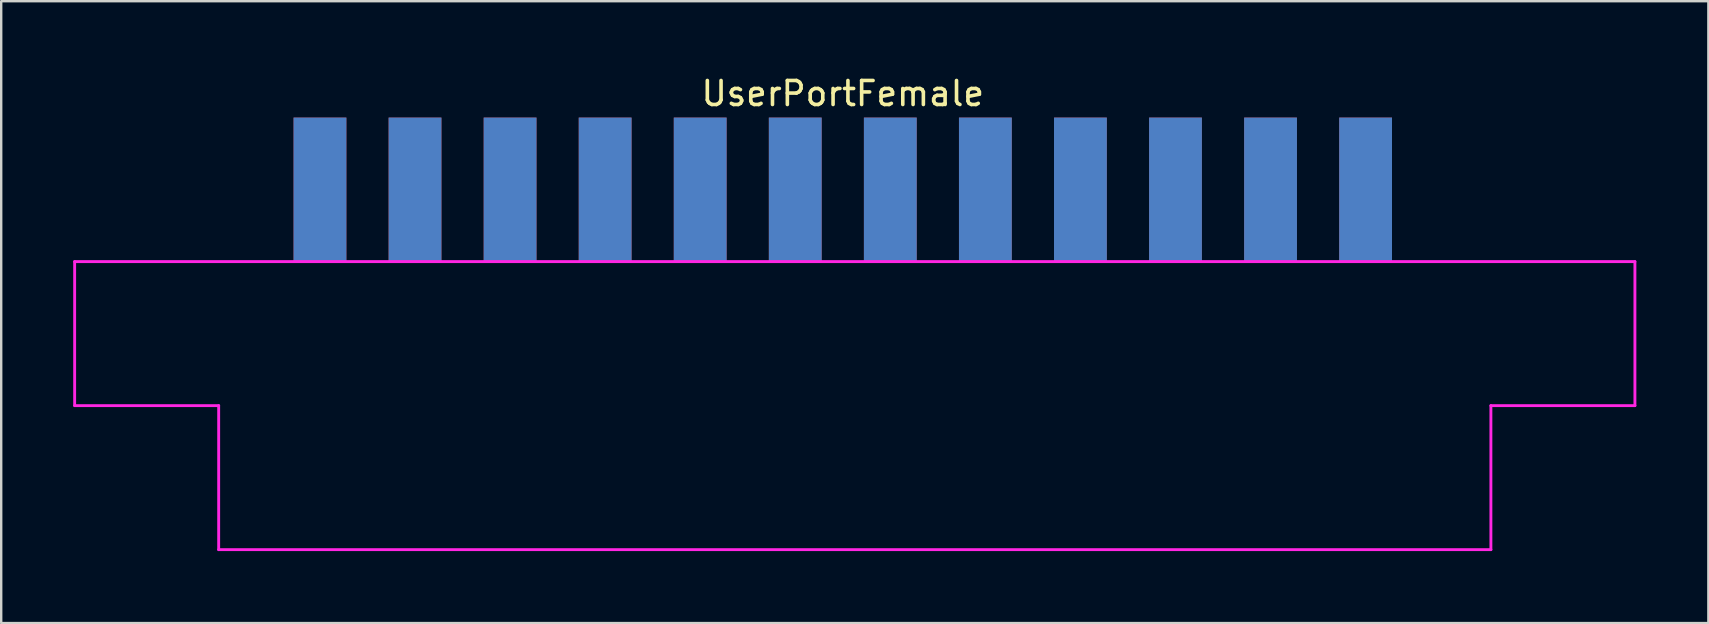
<source format=kicad_pcb>
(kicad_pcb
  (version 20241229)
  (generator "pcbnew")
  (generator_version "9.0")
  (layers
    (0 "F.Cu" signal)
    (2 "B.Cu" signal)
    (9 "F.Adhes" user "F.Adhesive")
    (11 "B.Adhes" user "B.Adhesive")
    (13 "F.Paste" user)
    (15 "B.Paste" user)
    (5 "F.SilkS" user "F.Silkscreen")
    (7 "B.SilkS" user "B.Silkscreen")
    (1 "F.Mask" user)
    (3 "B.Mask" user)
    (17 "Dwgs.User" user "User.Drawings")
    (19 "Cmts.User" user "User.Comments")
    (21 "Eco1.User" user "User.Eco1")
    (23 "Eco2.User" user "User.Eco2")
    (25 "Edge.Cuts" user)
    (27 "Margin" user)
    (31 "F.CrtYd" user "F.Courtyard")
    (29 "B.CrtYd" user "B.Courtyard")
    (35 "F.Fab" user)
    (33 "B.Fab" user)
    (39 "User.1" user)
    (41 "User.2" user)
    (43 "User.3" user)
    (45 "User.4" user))
  (footprint "UserPortFemale"
    (layer "F.Cu")
    (at 32.06 7.848)
    (property "Reference" "UserPortFemale" (at 0 -7 0) (layer "F.SilkS") (effects (font (size 1 1) (thickness 0.15))))
    (attr through_hole)
    (fp_line (start -32 0) (end -32 6) (stroke (width 0.12) (type solid)) (layer "F.CrtYd"))
    (fp_line (start -32 0) (end 33 0) (stroke (width 0.12) (type solid)) (layer "F.CrtYd"))
    (fp_line (start -32 6) (end -26 6) (stroke (width 0.12) (type solid)) (layer "F.CrtYd"))
    (fp_line (start -26 6) (end -26 12) (stroke (width 0.12) (type solid)) (layer "F.CrtYd"))
    (fp_line (start 27 6) (end 27 12) (stroke (width 0.12) (type solid)) (layer "F.CrtYd"))
    (fp_line (start 27 12) (end -26 12) (stroke (width 0.12) (type solid)) (layer "F.CrtYd"))
    (fp_line (start 33 0) (end 33 6) (stroke (width 0.12) (type solid)) (layer "F.CrtYd"))
    (fp_line (start 33 6) (end 27 6) (stroke (width 0.12) (type solid)) (layer "F.CrtYd"))
    (pad "1" smd rect (at 21.78 -3) (size 2.2 6) (layers "F.Cu" "F.Mask" "F.Paste"))
    (pad "2" smd rect (at 17.82 -3) (size 2.2 6) (layers "F.Cu" "F.Mask" "F.Paste"))
    (pad "3" smd rect (at 13.86 -3) (size 2.2 6) (layers "F.Cu" "F.Mask" "F.Paste"))
    (pad "4" smd rect (at 9.9 -3) (size 2.2 6) (layers "F.Cu" "F.Mask" "F.Paste"))
    (pad "5" smd rect (at 5.94 -3) (size 2.2 6) (layers "F.Cu" "F.Mask" "F.Paste"))
    (pad "6" smd rect (at 1.98 -3) (size 2.2 6) (layers "F.Cu" "F.Mask" "F.Paste"))
    (pad "7" smd rect (at -1.98 -3) (size 2.2 6) (layers "F.Cu" "F.Mask" "F.Paste"))
    (pad "8" smd rect (at -5.94 -3) (size 2.2 6) (layers "F.Cu" "F.Mask" "F.Paste"))
    (pad "9" smd rect (at -9.9 -3) (size 2.2 6) (layers "F.Cu" "F.Mask" "F.Paste"))
    (pad "10" smd rect (at -13.86 -3) (size 2.2 6) (layers "F.Cu" "F.Mask" "F.Paste"))
    (pad "11" smd rect (at -17.82 -3) (size 2.2 6) (layers "F.Cu" "F.Mask" "F.Paste"))
    (pad "12" smd rect (at -21.78 -3) (size 2.2 6) (layers "F.Cu" "F.Mask" "F.Paste"))
    (pad "A" smd rect (at 21.78 -3) (size 2.2 6) (layers "B.Cu" "B.Mask" "B.Paste"))
    (pad "B" smd rect (at 17.82 -3) (size 2.2 6) (layers "B.Cu" "B.Mask" "B.Paste"))
    (pad "C" smd rect (at 13.86 -3) (size 2.2 6) (layers "B.Cu" "B.Mask" "B.Paste"))
    (pad "D" smd rect (at 9.9 -3) (size 2.2 6) (layers "B.Cu" "B.Mask" "B.Paste"))
    (pad "E" smd rect (at 5.94 -3) (size 2.2 6) (layers "B.Cu" "B.Mask" "B.Paste"))
    (pad "F" smd rect (at 1.98 -3) (size 2.2 6) (layers "B.Cu" "B.Mask" "B.Paste"))
    (pad "H" smd rect (at -1.98 -3) (size 2.2 6) (layers "B.Cu" "B.Mask" "B.Paste"))
    (pad "J" smd rect (at -5.94 -3) (size 2.2 6) (layers "B.Cu" "B.Mask" "B.Paste"))
    (pad "K" smd rect (at -9.9 -3) (size 2.2 6) (layers "B.Cu" "B.Mask" "B.Paste"))
    (pad "L" smd rect (at -13.86 -3) (size 2.2 6) (layers "B.Cu" "B.Mask" "B.Paste"))
    (pad "M" smd rect (at -17.82 -3) (size 2.2 6) (layers "B.Cu" "B.Mask" "B.Paste"))
    (pad "N" smd rect (at -21.78 -3) (size 2.2 6) (layers "B.Cu" "B.Mask" "B.Paste")))
  (gr_rect
    (start -3 -3)
    (end 68.12 22.908)
    (stroke (width 0.1) (type default))
    (fill no)
    (layer "Edge.Cuts")))
</source>
